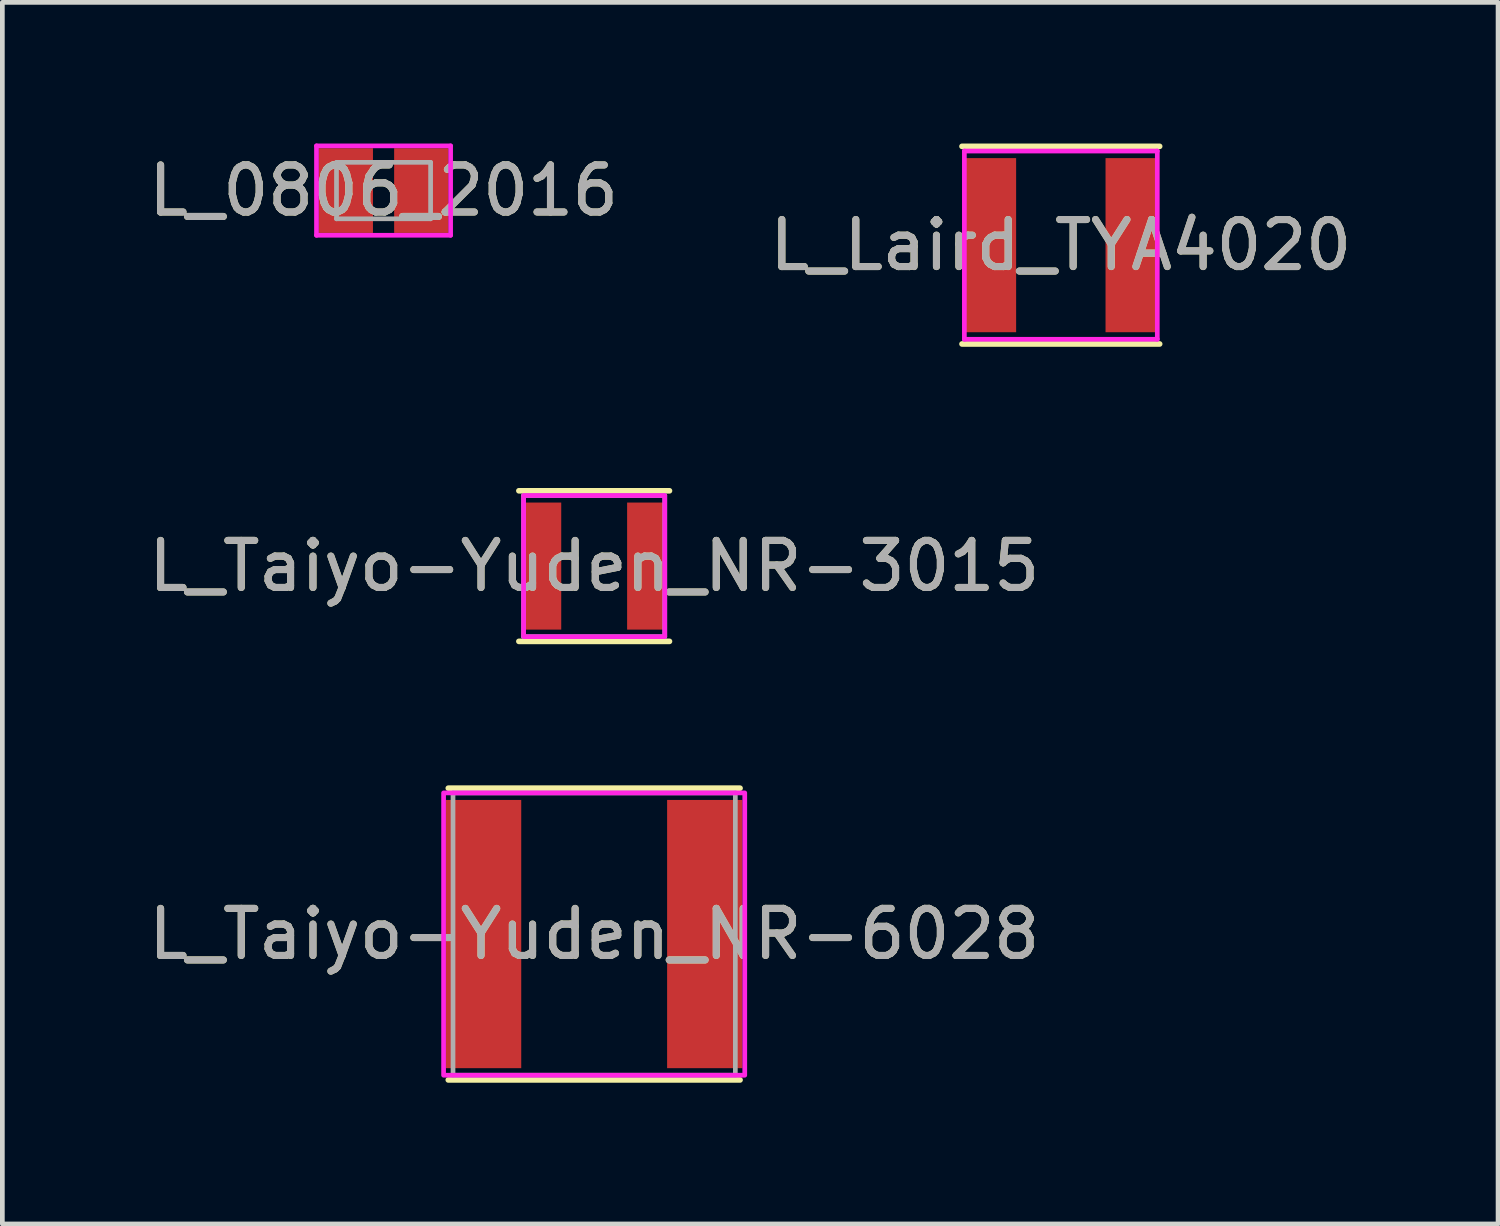
<source format=kicad_pcb>
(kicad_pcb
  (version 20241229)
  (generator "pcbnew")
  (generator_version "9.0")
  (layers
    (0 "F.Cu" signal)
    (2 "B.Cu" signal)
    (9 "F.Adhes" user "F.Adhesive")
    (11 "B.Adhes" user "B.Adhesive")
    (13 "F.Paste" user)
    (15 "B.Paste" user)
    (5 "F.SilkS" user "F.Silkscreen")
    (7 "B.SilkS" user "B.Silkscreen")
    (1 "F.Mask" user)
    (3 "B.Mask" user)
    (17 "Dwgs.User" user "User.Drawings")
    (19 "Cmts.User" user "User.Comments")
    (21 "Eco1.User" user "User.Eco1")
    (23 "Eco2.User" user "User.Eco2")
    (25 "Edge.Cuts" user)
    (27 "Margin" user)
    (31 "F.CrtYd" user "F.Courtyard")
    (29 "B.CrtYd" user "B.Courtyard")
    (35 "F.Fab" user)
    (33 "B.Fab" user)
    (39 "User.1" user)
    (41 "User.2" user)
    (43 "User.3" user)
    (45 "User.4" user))
  (footprint "L_Taiyo-Yuden_NR-3015"
    (layer "F.Cu")
    (at 9.577 8.98)
    (property "Reference" "L_Taiyo-Yuden_NR-3015" (at 0 0 0) (layer "F.SilkS") (effects (font (size 1 1) (thickness 0.15))))
    (attr smd)
    (fp_line (start -1.6 -1.6) (end 1.6 -1.6) (stroke (width 0.12) (type solid)) (layer "F.SilkS"))
    (fp_line (start -1.6 1.6) (end 1.6 1.6) (stroke (width 0.12) (type solid)) (layer "F.SilkS"))
    (fp_rect (start -1.5 -1.5) (end 1.5 1.5) (stroke (width 0.1) (type default)) (fill no) (layer "F.CrtYd"))
    (fp_line (start -1.5 -1.5) (end -1.5 1.5) (stroke (width 0.1) (type solid)) (layer "F.Fab"))
    (fp_line (start -1.5 1.5) (end 1.5 1.5) (stroke (width 0.1) (type solid)) (layer "F.Fab"))
    (fp_line (start 1.5 -1.5) (end -1.5 -1.5) (stroke (width 0.1) (type solid)) (layer "F.Fab"))
    (fp_line (start 1.5 1.5) (end 1.5 -1.5) (stroke (width 0.1) (type solid)) (layer "F.Fab"))
    (fp_text user "${REFERENCE}" (at 0 0 0) (layer "F.Fab") (effects (font (size 1 1) (thickness 0.15))))
    (pad "1" smd rect (at -1.1 0) (size 0.8 2.7) (layers "F.Cu" "F.Mask" "F.Paste"))
    (pad "2" smd rect (at 1.1 0) (size 0.8 2.7) (layers "F.Cu" "F.Mask" "F.Paste")))
  (footprint "L_Taiyo-Yuden_NR-6028"
    (layer "F.Cu")
    (at 9.577 16.8)
    (property "Reference" "L_Taiyo-Yuden_NR-6028" (at 0 0 0) (layer "F.SilkS") (effects (font (size 1 1) (thickness 0.15))))
    (attr smd)
    (fp_line (start -3.1 -3.1) (end 3.1 -3.1) (stroke (width 0.12) (type solid)) (layer "F.SilkS"))
    (fp_line (start -3.1 3.1) (end 3.1 3.1) (stroke (width 0.12) (type solid)) (layer "F.SilkS"))
    (fp_rect (start -3.2 -3) (end 3.2 3) (stroke (width 0.1) (type default)) (fill no) (layer "F.CrtYd"))
    (fp_line (start -3 -3) (end -3 3) (stroke (width 0.1) (type solid)) (layer "F.Fab"))
    (fp_line (start -3 3) (end 3 3) (stroke (width 0.1) (type solid)) (layer "F.Fab"))
    (fp_line (start 3 -3) (end -3 -3) (stroke (width 0.1) (type solid)) (layer "F.Fab"))
    (fp_line (start 3 3) (end 3 -3) (stroke (width 0.1) (type solid)) (layer "F.Fab"))
    (fp_text user "${REFERENCE}" (at 0 0 0) (layer "F.Fab") (effects (font (size 1 1) (thickness 0.15))))
    (pad "1" smd rect (at -2.35 0) (size 1.6 5.7) (layers "F.Cu" "F.Mask" "F.Paste"))
    (pad "2" smd rect (at 2.35 0) (size 1.6 5.7) (layers "F.Cu" "F.Mask" "F.Paste")))
  (footprint "L_0806_2016"
    (layer "F.Cu")
    (at 5.101 1)
    (property "Reference" "L_0806_2016" (at 0 0 0) (layer "F.SilkS") (effects (font (size 1 1) (thickness 0.15))))
    (attr smd)
    (fp_line (start -1.425 -0.95) (end 1.425 -0.95) (stroke (width 0.1) (type solid)) (layer "F.CrtYd"))
    (fp_line (start -1.425 0.95) (end -1.425 -0.95) (stroke (width 0.1) (type solid)) (layer "F.CrtYd"))
    (fp_line (start 1.425 -0.95) (end 1.425 0.95) (stroke (width 0.1) (type solid)) (layer "F.CrtYd"))
    (fp_line (start 1.425 0.95) (end -1.425 0.95) (stroke (width 0.1) (type solid)) (layer "F.CrtYd"))
    (fp_line (start -1 -0.6) (end 1 -0.6) (stroke (width 0.1) (type solid)) (layer "F.Fab"))
    (fp_line (start -1 0.6) (end -1 -0.6) (stroke (width 0.1) (type solid)) (layer "F.Fab"))
    (fp_line (start 1 -0.6) (end 1 0.6) (stroke (width 0.1) (type solid)) (layer "F.Fab"))
    (fp_line (start 1 0.6) (end -1 0.6) (stroke (width 0.1) (type solid)) (layer "F.Fab"))
    (fp_text user "${REFERENCE}" (at 0 0 0) (layer "F.Fab") (effects (font (size 1 1) (thickness 0.15))))
    (pad "1" smd rect (at -0.8 0) (size 1.15 1.8) (layers "F.Cu" "F.Mask" "F.Paste"))
    (pad "2" smd rect (at 0.8 0) (size 1.15 1.8) (layers "F.Cu" "F.Mask" "F.Paste")))
  (footprint "L_Laird_TYA4020"
    (layer "F.Cu")
    (at 19.494 2.16)
    (property "Reference" "L_Laird_TYA4020" (at 0 0 0) (layer "F.SilkS") (effects (font (size 1 1) (thickness 0.15))))
    (attr smd)
    (fp_line (start -2.1 -2.1) (end 2.1 -2.1) (stroke (width 0.12) (type solid)) (layer "F.SilkS"))
    (fp_line (start -2.1 2.1) (end 2.1 2.1) (stroke (width 0.12) (type solid)) (layer "F.SilkS"))
    (fp_line (start -2.05 -2) (end -2.05 2) (stroke (width 0.1) (type solid)) (layer "F.CrtYd"))
    (fp_line (start -2.05 2) (end 2.05 2) (stroke (width 0.1) (type solid)) (layer "F.CrtYd"))
    (fp_line (start 2.05 -2) (end -2.05 -2) (stroke (width 0.1) (type solid)) (layer "F.CrtYd"))
    (fp_line (start 2.05 -2) (end 2.05 2) (stroke (width 0.1) (type solid)) (layer "F.CrtYd"))
    (fp_text user "${REFERENCE}" (at 0 0 0) (layer "F.Fab") (effects (font (size 1 1) (thickness 0.15))))
    (pad "1" smd rect (at -1.5 0) (size 1.1 3.7) (layers "F.Cu" "F.Mask" "F.Paste"))
    (pad "2" smd rect (at 1.5 0) (size 1.1 3.7) (layers "F.Cu" "F.Mask" "F.Paste")))
  (gr_rect
    (start -3 -3)
    (end 28.786 22.96)
    (stroke (width 0.1) (type default))
    (fill no)
    (layer "Edge.Cuts")))
</source>
